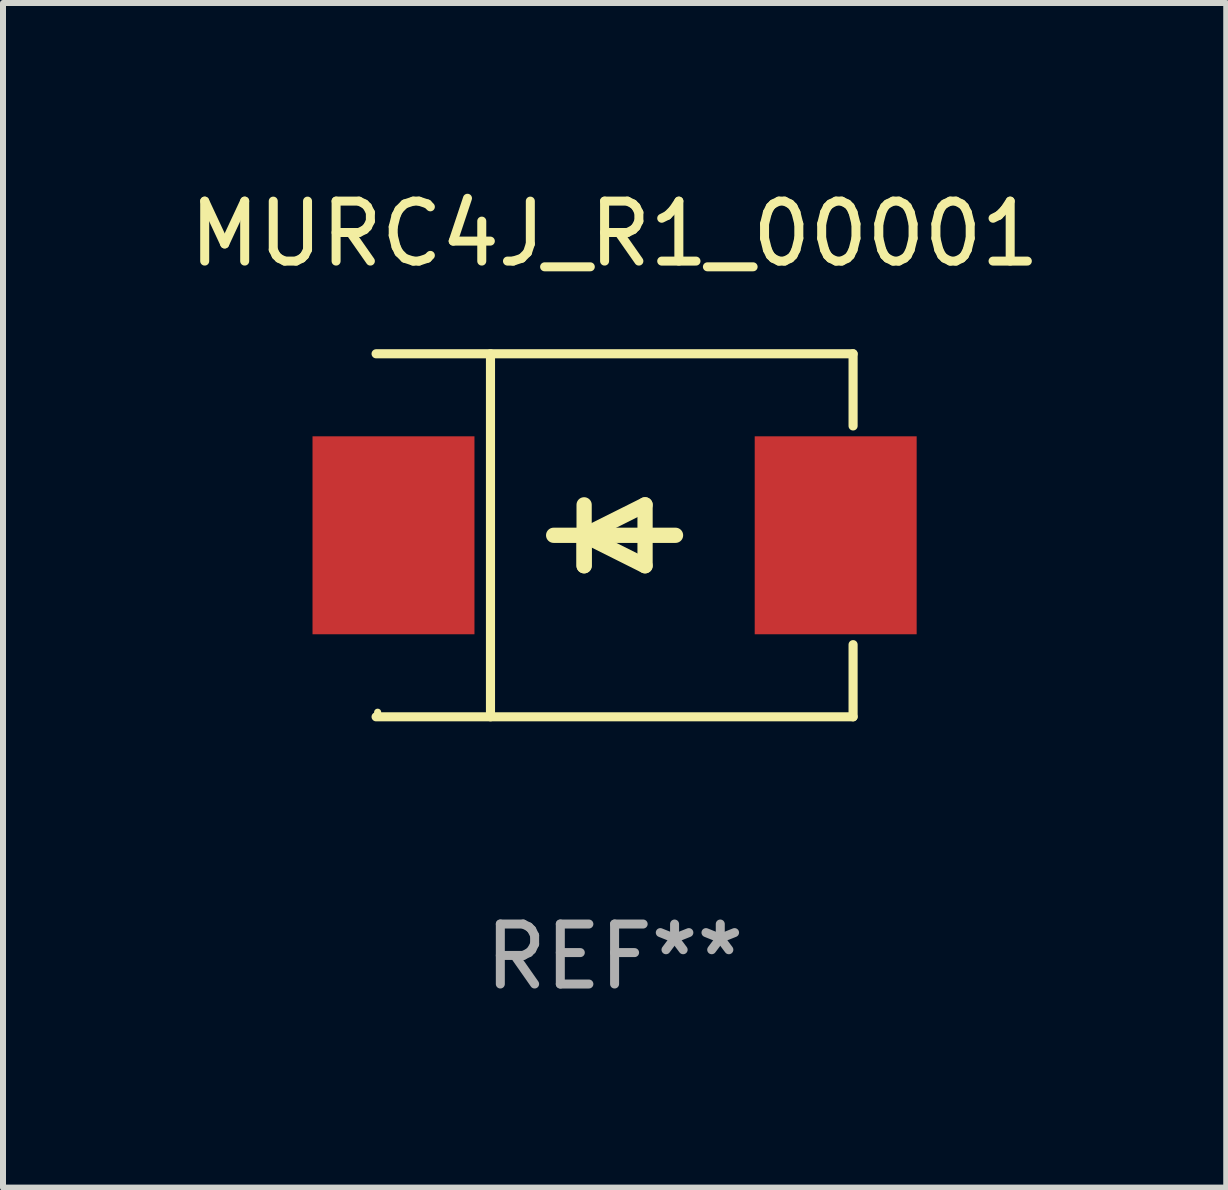
<source format=kicad_pcb>
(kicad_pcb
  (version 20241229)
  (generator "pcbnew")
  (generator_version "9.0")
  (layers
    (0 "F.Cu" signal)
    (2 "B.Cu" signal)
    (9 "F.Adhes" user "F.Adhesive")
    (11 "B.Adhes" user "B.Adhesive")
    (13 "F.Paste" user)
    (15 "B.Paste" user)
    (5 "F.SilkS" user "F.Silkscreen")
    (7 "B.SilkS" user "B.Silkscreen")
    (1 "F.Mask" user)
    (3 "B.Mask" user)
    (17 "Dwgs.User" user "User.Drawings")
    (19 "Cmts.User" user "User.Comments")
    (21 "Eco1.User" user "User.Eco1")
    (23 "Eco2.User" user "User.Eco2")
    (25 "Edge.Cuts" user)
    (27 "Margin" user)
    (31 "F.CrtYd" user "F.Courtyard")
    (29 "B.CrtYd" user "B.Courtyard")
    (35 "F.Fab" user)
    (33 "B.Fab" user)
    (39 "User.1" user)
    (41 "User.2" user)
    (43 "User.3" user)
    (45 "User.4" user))
  (footprint "MURC4J_R1_00001"
    (layer "F.Cu")
    (at 7.196 5.874)
    (property "Reference" "MURC4J_R1_00001" (at 0 -5.026 0) (layer "F.SilkS") (effects (font (size 1 1) (thickness 0.15))))
    (attr through_hole)
    (fp_line (start -3.976 -3.026) (end 3.976 -3.026) (stroke (width 0.152) (type solid)) (layer "F.SilkS"))
    (fp_line (start -3.976 3.026) (end 3.976 3.026) (stroke (width 0.152) (type solid)) (layer "F.SilkS"))
    (fp_line (start -2.069 -3.026) (end -2.069 3.026) (stroke (width 0.152) (type solid)) (layer "F.SilkS"))
    (fp_line (start -0.508 0) (end -0.508 0.508) (stroke (width 0.254) (type solid)) (layer "F.SilkS"))
    (fp_line (start -0.508 0) (end 0.508 0.508) (stroke (width 0.254) (type solid)) (layer "F.SilkS"))
    (fp_line (start -0.508 0.508) (end -0.508 -0.508) (stroke (width 0.254) (type solid)) (layer "F.SilkS"))
    (fp_line (start 0.508 -0.508) (end -0.508 0) (stroke (width 0.254) (type solid)) (layer "F.SilkS"))
    (fp_line (start 0.508 0.508) (end 0.508 -0.508) (stroke (width 0.254) (type solid)) (layer "F.SilkS"))
    (fp_line (start 1.016 0) (end -1.016 0) (stroke (width 0.254) (type solid)) (layer "F.SilkS"))
    (fp_line (start 3.976 -3.026) (end 3.976 -1.823) (stroke (width 0.152) (type solid)) (layer "F.SilkS"))
    (fp_line (start 3.976 3.026) (end 3.976 1.823) (stroke (width 0.152) (type solid)) (layer "F.SilkS"))
    (fp_circle (center -3.95 2.95) (end -3.92 2.95) (stroke (width 0.06) (type solid)) (fill no) (layer "F.SilkS"))
    (fp_text user "REF**" (at 0 7.026 0) (layer "F.Fab") (effects (font (size 1 1) (thickness 0.15))))
    (pad "1" smd rect (at -3.686 0) (size 2.7 3.3) (layers "F.Cu" "F.Mask" "F.Paste"))
    (pad "2" smd rect (at 3.686 0) (size 2.7 3.3) (layers "F.Cu" "F.Mask" "F.Paste")))
  (gr_rect
    (start -3 -3)
    (end 17.393 16.749)
    (stroke (width 0.1) (type default))
    (fill no)
    (layer "Edge.Cuts")))
</source>
